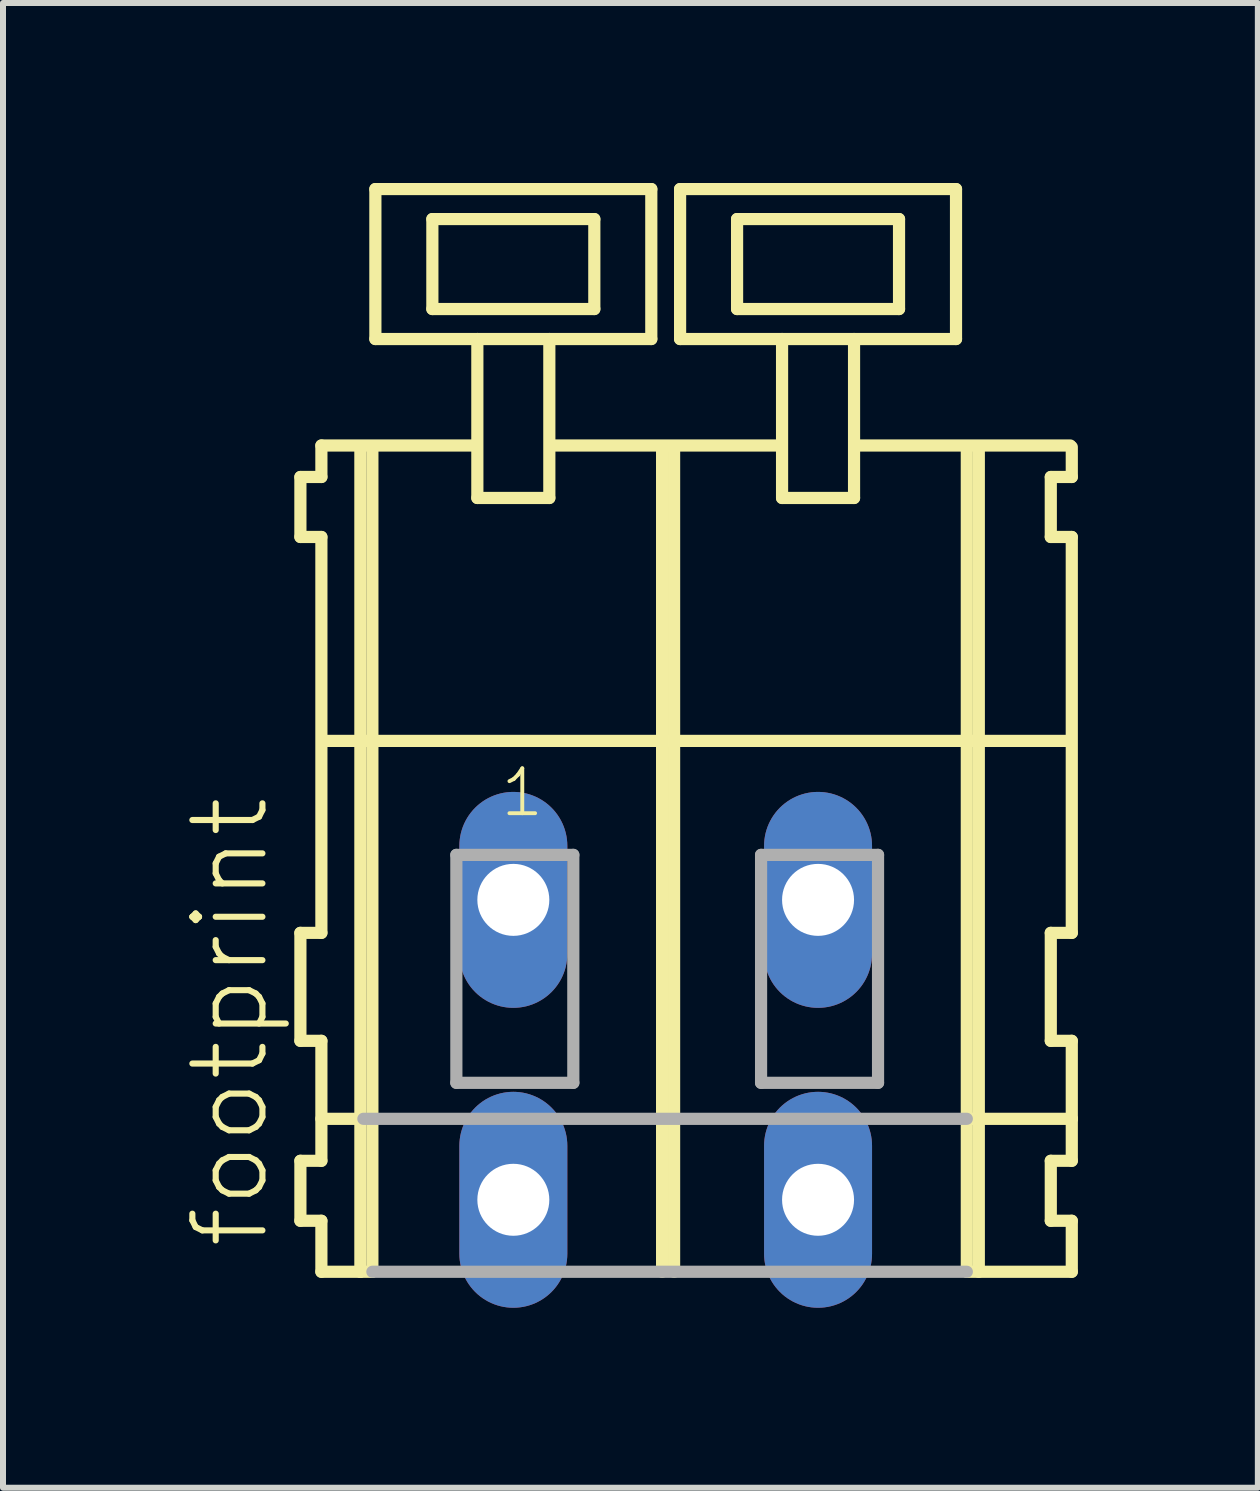
<source format=kicad_pcb>
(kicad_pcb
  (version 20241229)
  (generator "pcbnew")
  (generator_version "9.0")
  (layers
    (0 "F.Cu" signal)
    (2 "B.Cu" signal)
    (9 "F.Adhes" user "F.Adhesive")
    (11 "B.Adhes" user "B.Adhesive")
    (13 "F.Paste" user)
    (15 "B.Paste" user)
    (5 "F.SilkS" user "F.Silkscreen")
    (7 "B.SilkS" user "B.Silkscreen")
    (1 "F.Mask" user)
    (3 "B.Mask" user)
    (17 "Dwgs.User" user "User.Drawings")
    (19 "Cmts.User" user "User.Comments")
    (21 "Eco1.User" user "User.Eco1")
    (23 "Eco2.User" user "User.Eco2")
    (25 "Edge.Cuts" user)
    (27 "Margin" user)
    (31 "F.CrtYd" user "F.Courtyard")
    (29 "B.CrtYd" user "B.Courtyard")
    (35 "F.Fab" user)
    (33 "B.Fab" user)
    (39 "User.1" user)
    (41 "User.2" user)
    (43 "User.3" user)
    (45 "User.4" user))
  (footprint "footprint"
    (layer "F.Cu")
    (at 8.048 11.952)
    (property "Reference" "footprint" (at -6.575 5.855 90) (layer "F.SilkS") (effects (font (size 1.168 1.168) (thickness 0.102)) (justify left bottom)))
    (fp_line (start -6.09 -7.05) (end -6.09 -6.05) (stroke (width 0.203) (type solid)) (layer "F.SilkS"))
    (fp_line (start -6.09 -6.05) (end -5.74 -6.05) (stroke (width 0.203) (type solid)) (layer "F.SilkS"))
    (fp_line (start -6.09 0.55) (end -6.09 2.35) (stroke (width 0.203) (type solid)) (layer "F.SilkS"))
    (fp_line (start -6.09 2.35) (end -5.74 2.35) (stroke (width 0.203) (type solid)) (layer "F.SilkS"))
    (fp_line (start -6.09 4.35) (end -6.09 5.35) (stroke (width 0.203) (type solid)) (layer "F.SilkS"))
    (fp_line (start -6.09 5.35) (end -5.74 5.35) (stroke (width 0.203) (type solid)) (layer "F.SilkS"))
    (fp_line (start -5.74 -7.575) (end -5.74 -7.05) (stroke (width 0.203) (type solid)) (layer "F.SilkS"))
    (fp_line (start -5.74 -7.575) (end -3.165 -7.575) (stroke (width 0.203) (type solid)) (layer "F.SilkS"))
    (fp_line (start -5.74 -7.05) (end -6.09 -7.05) (stroke (width 0.203) (type solid)) (layer "F.SilkS"))
    (fp_line (start -5.74 -6.05) (end -5.74 0.55) (stroke (width 0.203) (type solid)) (layer "F.SilkS"))
    (fp_line (start -5.74 0.55) (end -6.09 0.55) (stroke (width 0.203) (type solid)) (layer "F.SilkS"))
    (fp_line (start -5.74 2.35) (end -5.74 4.35) (stroke (width 0.203) (type solid)) (layer "F.SilkS"))
    (fp_line (start -5.74 3.65) (end -5.04 3.65) (stroke (width 0.203) (type solid)) (layer "F.SilkS"))
    (fp_line (start -5.74 4.35) (end -6.09 4.35) (stroke (width 0.203) (type solid)) (layer "F.SilkS"))
    (fp_line (start -5.74 5.35) (end -5.74 6.2) (stroke (width 0.203) (type solid)) (layer "F.SilkS"))
    (fp_line (start -5.74 6.2) (end -5.09 6.2) (stroke (width 0.203) (type solid)) (layer "F.SilkS"))
    (fp_line (start -5.69 -2.65) (end 6.72 -2.65) (stroke (width 0.203) (type solid)) (layer "F.SilkS"))
    (fp_line (start -5.09 -7.55) (end -5.09 6.2) (stroke (width 0.203) (type solid)) (layer "F.SilkS"))
    (fp_line (start -5.09 6.2) (end -4.89 6.2) (stroke (width 0.203) (type solid)) (layer "F.SilkS"))
    (fp_line (start -4.89 -7.55) (end -4.89 6.2) (stroke (width 0.203) (type solid)) (layer "F.SilkS"))
    (fp_line (start -4.84 -11.85) (end -4.84 -9.35) (stroke (width 0.203) (type solid)) (layer "F.SilkS"))
    (fp_line (start -4.84 -9.35) (end -3.14 -9.35) (stroke (width 0.203) (type solid)) (layer "F.SilkS"))
    (fp_line (start -3.89 -11.35) (end -3.89 -9.85) (stroke (width 0.203) (type solid)) (layer "F.SilkS"))
    (fp_line (start -3.89 -9.85) (end -1.19 -9.85) (stroke (width 0.203) (type solid)) (layer "F.SilkS"))
    (fp_line (start -3.14 -9.35) (end -3.14 -6.7) (stroke (width 0.203) (type solid)) (layer "F.SilkS"))
    (fp_line (start -3.14 -9.35) (end -1.94 -9.35) (stroke (width 0.203) (type solid)) (layer "F.SilkS"))
    (fp_line (start -3.14 -6.7) (end -1.94 -6.7) (stroke (width 0.203) (type solid)) (layer "F.SilkS"))
    (fp_line (start -1.94 -9.35) (end -0.24 -9.35) (stroke (width 0.203) (type solid)) (layer "F.SilkS"))
    (fp_line (start -1.94 -6.7) (end -1.94 -9.35) (stroke (width 0.203) (type solid)) (layer "F.SilkS"))
    (fp_line (start -1.915 -7.575) (end 1.919 -7.575) (stroke (width 0.203) (type solid)) (layer "F.SilkS"))
    (fp_line (start -1.19 -11.35) (end -3.89 -11.35) (stroke (width 0.203) (type solid)) (layer "F.SilkS"))
    (fp_line (start -1.19 -9.85) (end -1.19 -11.35) (stroke (width 0.203) (type solid)) (layer "F.SilkS"))
    (fp_line (start -0.24 -11.85) (end -4.84 -11.85) (stroke (width 0.203) (type solid)) (layer "F.SilkS"))
    (fp_line (start -0.24 -9.35) (end -0.24 -11.85) (stroke (width 0.203) (type solid)) (layer "F.SilkS"))
    (fp_line (start -0.06 -7.55) (end -0.06 6.2) (stroke (width 0.203) (type solid)) (layer "F.SilkS"))
    (fp_line (start 0.14 -7.55) (end 0.14 6.2) (stroke (width 0.203) (type solid)) (layer "F.SilkS"))
    (fp_line (start 0.24 -11.85) (end 0.24 -9.35) (stroke (width 0.203) (type solid)) (layer "F.SilkS"))
    (fp_line (start 0.24 -9.35) (end 1.94 -9.35) (stroke (width 0.203) (type solid)) (layer "F.SilkS"))
    (fp_line (start 1.19 -11.35) (end 1.19 -9.85) (stroke (width 0.203) (type solid)) (layer "F.SilkS"))
    (fp_line (start 1.19 -9.85) (end 3.89 -9.85) (stroke (width 0.203) (type solid)) (layer "F.SilkS"))
    (fp_line (start 1.94 -9.35) (end 1.94 -6.7) (stroke (width 0.203) (type solid)) (layer "F.SilkS"))
    (fp_line (start 1.94 -9.35) (end 3.14 -9.35) (stroke (width 0.203) (type solid)) (layer "F.SilkS"))
    (fp_line (start 1.94 -6.7) (end 3.14 -6.7) (stroke (width 0.203) (type solid)) (layer "F.SilkS"))
    (fp_line (start 3.14 -9.35) (end 4.84 -9.35) (stroke (width 0.203) (type solid)) (layer "F.SilkS"))
    (fp_line (start 3.14 -6.7) (end 3.14 -9.35) (stroke (width 0.203) (type solid)) (layer "F.SilkS"))
    (fp_line (start 3.165 -7.575) (end 6.745 -7.575) (stroke (width 0.203) (type solid)) (layer "F.SilkS"))
    (fp_line (start 3.89 -11.35) (end 1.19 -11.35) (stroke (width 0.203) (type solid)) (layer "F.SilkS"))
    (fp_line (start 3.89 -9.85) (end 3.89 -11.35) (stroke (width 0.203) (type solid)) (layer "F.SilkS"))
    (fp_line (start 4.84 -11.85) (end 0.24 -11.85) (stroke (width 0.203) (type solid)) (layer "F.SilkS"))
    (fp_line (start 4.84 -9.35) (end 4.84 -11.85) (stroke (width 0.203) (type solid)) (layer "F.SilkS"))
    (fp_line (start 5.02 -7.55) (end 5.02 6.2) (stroke (width 0.203) (type solid)) (layer "F.SilkS"))
    (fp_line (start 5.02 6.2) (end 6.77 6.2) (stroke (width 0.203) (type solid)) (layer "F.SilkS"))
    (fp_line (start 5.07 3.65) (end 6.77 3.65) (stroke (width 0.203) (type solid)) (layer "F.SilkS"))
    (fp_line (start 5.22 -7.55) (end 5.22 6.2) (stroke (width 0.203) (type solid)) (layer "F.SilkS"))
    (fp_line (start 6.42 -7.05) (end 6.42 -6.05) (stroke (width 0.203) (type solid)) (layer "F.SilkS"))
    (fp_line (start 6.42 -6.05) (end 6.77 -6.05) (stroke (width 0.203) (type solid)) (layer "F.SilkS"))
    (fp_line (start 6.42 0.55) (end 6.42 2.35) (stroke (width 0.203) (type solid)) (layer "F.SilkS"))
    (fp_line (start 6.42 2.35) (end 6.77 2.35) (stroke (width 0.203) (type solid)) (layer "F.SilkS"))
    (fp_line (start 6.42 4.35) (end 6.42 5.35) (stroke (width 0.203) (type solid)) (layer "F.SilkS"))
    (fp_line (start 6.42 5.35) (end 6.77 5.35) (stroke (width 0.203) (type solid)) (layer "F.SilkS"))
    (fp_line (start 6.77 -7.05) (end 6.42 -7.05) (stroke (width 0.203) (type solid)) (layer "F.SilkS"))
    (fp_line (start 6.77 -7.05) (end 6.77 -7.55) (stroke (width 0.203) (type solid)) (layer "F.SilkS"))
    (fp_line (start 6.77 0.55) (end 6.42 0.55) (stroke (width 0.203) (type solid)) (layer "F.SilkS"))
    (fp_line (start 6.77 0.55) (end 6.77 -6.05) (stroke (width 0.203) (type solid)) (layer "F.SilkS"))
    (fp_line (start 6.77 3.65) (end 6.77 2.35) (stroke (width 0.203) (type solid)) (layer "F.SilkS"))
    (fp_line (start 6.77 4.35) (end 6.42 4.35) (stroke (width 0.203) (type solid)) (layer "F.SilkS"))
    (fp_line (start 6.77 4.35) (end 6.77 3.65) (stroke (width 0.203) (type solid)) (layer "F.SilkS"))
    (fp_line (start 6.77 6.2) (end 6.77 5.35) (stroke (width 0.203) (type solid)) (layer "F.SilkS"))
    (fp_line (start -5.04 3.65) (end 5.02 3.65) (stroke (width 0.203) (type solid)) (layer "F.Fab"))
    (fp_line (start -4.89 6.2) (end 5.02 6.2) (stroke (width 0.203) (type solid)) (layer "F.Fab"))
    (fp_line (start -3.49 -0.75) (end -3.49 3.05) (stroke (width 0.203) (type solid)) (layer "F.Fab"))
    (fp_line (start -3.49 3.05) (end -1.54 3.05) (stroke (width 0.203) (type solid)) (layer "F.Fab"))
    (fp_line (start -1.54 -0.75) (end -3.49 -0.75) (stroke (width 0.203) (type solid)) (layer "F.Fab"))
    (fp_line (start -1.54 3.05) (end -1.54 -0.75) (stroke (width 0.203) (type solid)) (layer "F.Fab"))
    (fp_line (start 1.59 -0.75) (end 1.59 3.05) (stroke (width 0.203) (type solid)) (layer "F.Fab"))
    (fp_line (start 1.59 3.05) (end 3.54 3.05) (stroke (width 0.203) (type solid)) (layer "F.Fab"))
    (fp_line (start 3.54 -0.75) (end 1.59 -0.75) (stroke (width 0.203) (type solid)) (layer "F.Fab"))
    (fp_line (start 3.54 3.05) (end 3.54 -0.75) (stroke (width 0.203) (type solid)) (layer "F.Fab"))
    (fp_text user "1" (at -2.79 -1.35 0) (layer "F.SilkS") (effects (font (size 0.748 0.748) (thickness 0.065)) (justify left bottom)))
    (pad "A1" thru_hole oval (at -2.54 0 90) (size 3.6 1.8) (drill 1.2) (layers "*.Cu" "*.Mask"))
    (pad "A2" thru_hole oval (at 2.54 0 90) (size 3.6 1.8) (drill 1.2) (layers "*.Cu" "*.Mask"))
    (pad "B1" thru_hole oval (at -2.54 5 90) (size 3.6 1.8) (drill 1.2) (layers "*.Cu" "*.Mask"))
    (pad "B2" thru_hole oval (at 2.54 5 90) (size 3.6 1.8) (drill 1.2) (layers "*.Cu" "*.Mask")))
  (gr_rect
    (start -3 -3)
    (end 17.92 21.752)
    (stroke (width 0.1) (type default))
    (fill no)
    (layer "Edge.Cuts")))
</source>
